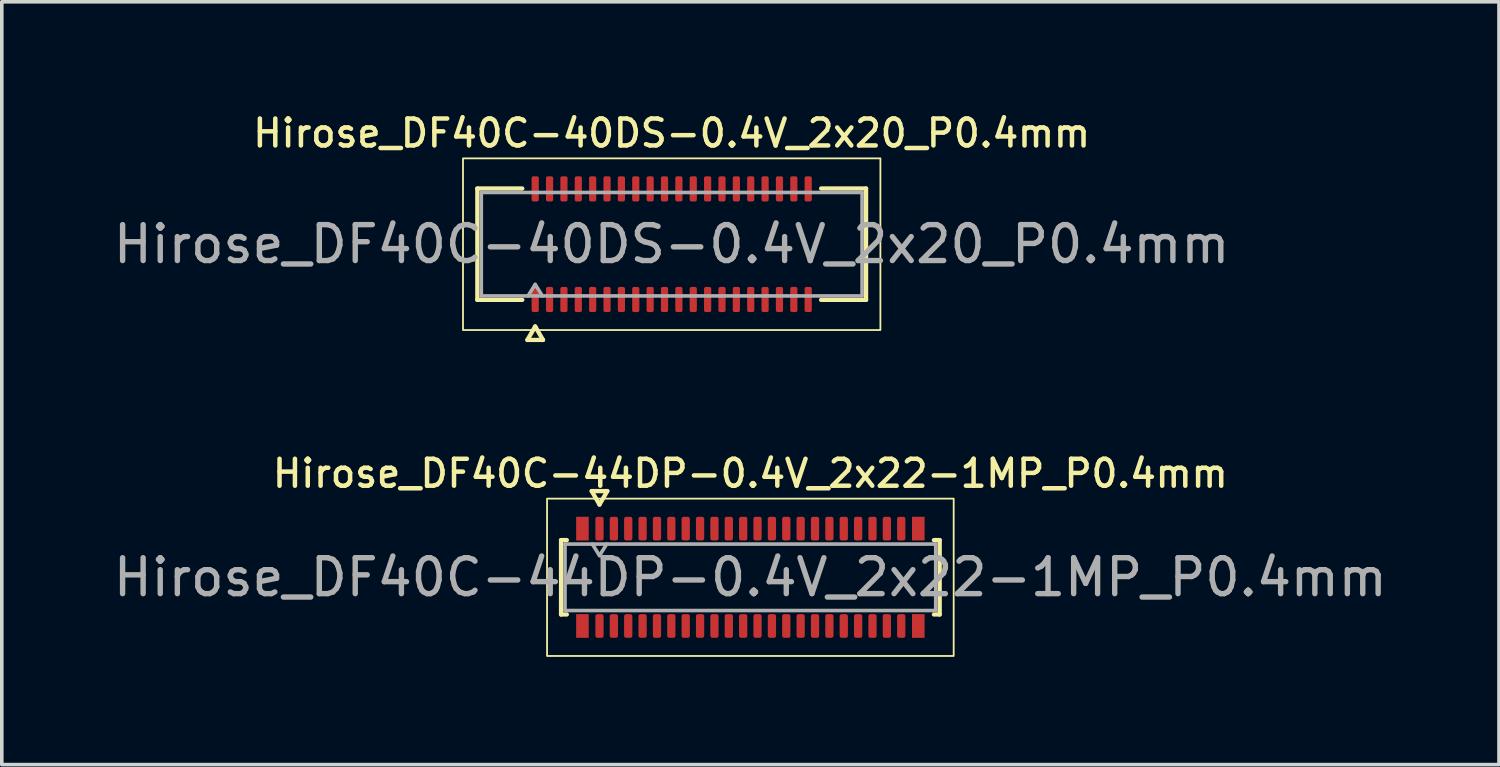
<source format=kicad_pcb>
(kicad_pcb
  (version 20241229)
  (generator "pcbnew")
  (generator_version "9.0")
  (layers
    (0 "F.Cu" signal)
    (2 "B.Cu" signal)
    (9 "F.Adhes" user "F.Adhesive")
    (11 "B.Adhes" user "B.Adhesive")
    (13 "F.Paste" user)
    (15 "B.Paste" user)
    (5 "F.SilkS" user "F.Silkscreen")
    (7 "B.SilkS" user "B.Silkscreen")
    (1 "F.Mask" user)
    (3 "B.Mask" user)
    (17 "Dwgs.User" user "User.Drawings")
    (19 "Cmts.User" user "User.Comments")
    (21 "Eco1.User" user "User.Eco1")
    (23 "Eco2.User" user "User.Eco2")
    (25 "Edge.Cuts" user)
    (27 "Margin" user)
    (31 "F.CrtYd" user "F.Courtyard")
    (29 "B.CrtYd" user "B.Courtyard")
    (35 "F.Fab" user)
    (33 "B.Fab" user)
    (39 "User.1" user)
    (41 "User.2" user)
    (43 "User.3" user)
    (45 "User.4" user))
  (footprint "Hirose_DF40C-40DS-0.4V_2x20_P0.4mm"
    (layer "F.Cu")
    (at 15.649 3.748)
    (property "Reference" "Hirose_DF40C-40DS-0.4V_2x20_P0.4mm" (at 0 -3.09 0) (layer "F.SilkS") (effects (font (size 0.75 0.75) (thickness 0.125))))
    (attr smd)
    (fp_line (start -5.41 -1.55) (end -4.16 -1.55) (stroke (width 0.12) (type solid)) (layer "F.SilkS"))
    (fp_line (start -5.41 1.55) (end -5.41 -1.55) (stroke (width 0.12) (type solid)) (layer "F.SilkS"))
    (fp_line (start -4.16 1.55) (end -5.41 1.55) (stroke (width 0.12) (type solid)) (layer "F.SilkS"))
    (fp_line (start -4.017 2.665) (end -3.8 2.29) (stroke (width 0.12) (type solid)) (layer "F.SilkS"))
    (fp_line (start -3.8 2.29) (end -3.583 2.665) (stroke (width 0.12) (type solid)) (layer "F.SilkS"))
    (fp_line (start -3.583 2.665) (end -4.017 2.665) (stroke (width 0.12) (type solid)) (layer "F.SilkS"))
    (fp_line (start 4.16 -1.55) (end 5.41 -1.55) (stroke (width 0.12) (type solid)) (layer "F.SilkS"))
    (fp_line (start 5.41 -1.55) (end 5.41 1.55) (stroke (width 0.12) (type solid)) (layer "F.SilkS"))
    (fp_line (start 5.41 1.55) (end 4.16 1.55) (stroke (width 0.12) (type solid)) (layer "F.SilkS"))
    (fp_rect (start -5.81 -2.39) (end 5.81 2.39) (stroke (width 0.05) (type solid)) (fill no) (layer "F.SilkS"))
    (fp_line (start -5.3 -1.44) (end 5.3 -1.44) (stroke (width 0.1) (type solid)) (layer "F.Fab"))
    (fp_line (start -5.3 1.44) (end -5.3 -1.44) (stroke (width 0.1) (type solid)) (layer "F.Fab"))
    (fp_line (start -4 1.44) (end -3.8 1.12) (stroke (width 0.1) (type solid)) (layer "F.Fab"))
    (fp_line (start -3.8 1.12) (end -3.6 1.44) (stroke (width 0.1) (type solid)) (layer "F.Fab"))
    (fp_line (start 5.3 -1.44) (end 5.3 1.44) (stroke (width 0.1) (type solid)) (layer "F.Fab"))
    (fp_line (start 5.3 1.44) (end -5.3 1.44) (stroke (width 0.1) (type solid)) (layer "F.Fab"))
    (fp_text user "${REFERENCE}" (at 0 0 0) (layer "F.Fab") (effects (font (size 1 1) (thickness 0.15))))
    (pad "1" smd roundrect (at -3.8 1.54) (size 0.2 0.7) (layers "F.Cu" "F.Mask" "F.Paste") (roundrect_rratio 0.25))
    (pad "2" smd roundrect (at -3.8 -1.54) (size 0.2 0.7) (layers "F.Cu" "F.Mask" "F.Paste") (roundrect_rratio 0.25))
    (pad "3" smd roundrect (at -3.4 1.54) (size 0.2 0.7) (layers "F.Cu" "F.Mask" "F.Paste") (roundrect_rratio 0.25))
    (pad "4" smd roundrect (at -3.4 -1.54) (size 0.2 0.7) (layers "F.Cu" "F.Mask" "F.Paste") (roundrect_rratio 0.25))
    (pad "5" smd roundrect (at -3 1.54) (size 0.2 0.7) (layers "F.Cu" "F.Mask" "F.Paste") (roundrect_rratio 0.25))
    (pad "6" smd roundrect (at -3 -1.54) (size 0.2 0.7) (layers "F.Cu" "F.Mask" "F.Paste") (roundrect_rratio 0.25))
    (pad "7" smd roundrect (at -2.6 1.54) (size 0.2 0.7) (layers "F.Cu" "F.Mask" "F.Paste") (roundrect_rratio 0.25))
    (pad "8" smd roundrect (at -2.6 -1.54) (size 0.2 0.7) (layers "F.Cu" "F.Mask" "F.Paste") (roundrect_rratio 0.25))
    (pad "9" smd roundrect (at -2.2 1.54) (size 0.2 0.7) (layers "F.Cu" "F.Mask" "F.Paste") (roundrect_rratio 0.25))
    (pad "10" smd roundrect (at -2.2 -1.54) (size 0.2 0.7) (layers "F.Cu" "F.Mask" "F.Paste") (roundrect_rratio 0.25))
    (pad "11" smd roundrect (at -1.8 1.54) (size 0.2 0.7) (layers "F.Cu" "F.Mask" "F.Paste") (roundrect_rratio 0.25))
    (pad "12" smd roundrect (at -1.8 -1.54) (size 0.2 0.7) (layers "F.Cu" "F.Mask" "F.Paste") (roundrect_rratio 0.25))
    (pad "13" smd roundrect (at -1.4 1.54) (size 0.2 0.7) (layers "F.Cu" "F.Mask" "F.Paste") (roundrect_rratio 0.25))
    (pad "14" smd roundrect (at -1.4 -1.54) (size 0.2 0.7) (layers "F.Cu" "F.Mask" "F.Paste") (roundrect_rratio 0.25))
    (pad "15" smd roundrect (at -1 1.54) (size 0.2 0.7) (layers "F.Cu" "F.Mask" "F.Paste") (roundrect_rratio 0.25))
    (pad "16" smd roundrect (at -1 -1.54) (size 0.2 0.7) (layers "F.Cu" "F.Mask" "F.Paste") (roundrect_rratio 0.25))
    (pad "17" smd roundrect (at -0.6 1.54) (size 0.2 0.7) (layers "F.Cu" "F.Mask" "F.Paste") (roundrect_rratio 0.25))
    (pad "18" smd roundrect (at -0.6 -1.54) (size 0.2 0.7) (layers "F.Cu" "F.Mask" "F.Paste") (roundrect_rratio 0.25))
    (pad "19" smd roundrect (at -0.2 1.54) (size 0.2 0.7) (layers "F.Cu" "F.Mask" "F.Paste") (roundrect_rratio 0.25))
    (pad "20" smd roundrect (at -0.2 -1.54) (size 0.2 0.7) (layers "F.Cu" "F.Mask" "F.Paste") (roundrect_rratio 0.25))
    (pad "21" smd roundrect (at 0.2 1.54) (size 0.2 0.7) (layers "F.Cu" "F.Mask" "F.Paste") (roundrect_rratio 0.25))
    (pad "22" smd roundrect (at 0.2 -1.54) (size 0.2 0.7) (layers "F.Cu" "F.Mask" "F.Paste") (roundrect_rratio 0.25))
    (pad "23" smd roundrect (at 0.6 1.54) (size 0.2 0.7) (layers "F.Cu" "F.Mask" "F.Paste") (roundrect_rratio 0.25))
    (pad "24" smd roundrect (at 0.6 -1.54) (size 0.2 0.7) (layers "F.Cu" "F.Mask" "F.Paste") (roundrect_rratio 0.25))
    (pad "25" smd roundrect (at 1 1.54) (size 0.2 0.7) (layers "F.Cu" "F.Mask" "F.Paste") (roundrect_rratio 0.25))
    (pad "26" smd roundrect (at 1 -1.54) (size 0.2 0.7) (layers "F.Cu" "F.Mask" "F.Paste") (roundrect_rratio 0.25))
    (pad "27" smd roundrect (at 1.4 1.54) (size 0.2 0.7) (layers "F.Cu" "F.Mask" "F.Paste") (roundrect_rratio 0.25))
    (pad "28" smd roundrect (at 1.4 -1.54) (size 0.2 0.7) (layers "F.Cu" "F.Mask" "F.Paste") (roundrect_rratio 0.25))
    (pad "29" smd roundrect (at 1.8 1.54) (size 0.2 0.7) (layers "F.Cu" "F.Mask" "F.Paste") (roundrect_rratio 0.25))
    (pad "30" smd roundrect (at 1.8 -1.54) (size 0.2 0.7) (layers "F.Cu" "F.Mask" "F.Paste") (roundrect_rratio 0.25))
    (pad "31" smd roundrect (at 2.2 1.54) (size 0.2 0.7) (layers "F.Cu" "F.Mask" "F.Paste") (roundrect_rratio 0.25))
    (pad "32" smd roundrect (at 2.2 -1.54) (size 0.2 0.7) (layers "F.Cu" "F.Mask" "F.Paste") (roundrect_rratio 0.25))
    (pad "33" smd roundrect (at 2.6 1.54) (size 0.2 0.7) (layers "F.Cu" "F.Mask" "F.Paste") (roundrect_rratio 0.25))
    (pad "34" smd roundrect (at 2.6 -1.54) (size 0.2 0.7) (layers "F.Cu" "F.Mask" "F.Paste") (roundrect_rratio 0.25))
    (pad "35" smd roundrect (at 3 1.54) (size 0.2 0.7) (layers "F.Cu" "F.Mask" "F.Paste") (roundrect_rratio 0.25))
    (pad "36" smd roundrect (at 3 -1.54) (size 0.2 0.7) (layers "F.Cu" "F.Mask" "F.Paste") (roundrect_rratio 0.25))
    (pad "37" smd roundrect (at 3.4 1.54) (size 0.2 0.7) (layers "F.Cu" "F.Mask" "F.Paste") (roundrect_rratio 0.25))
    (pad "38" smd roundrect (at 3.4 -1.54) (size 0.2 0.7) (layers "F.Cu" "F.Mask" "F.Paste") (roundrect_rratio 0.25))
    (pad "39" smd roundrect (at 3.8 1.54) (size 0.2 0.7) (layers "F.Cu" "F.Mask" "F.Paste") (roundrect_rratio 0.25))
    (pad "40" smd roundrect (at 3.8 -1.54) (size 0.2 0.7) (layers "F.Cu" "F.Mask" "F.Paste") (roundrect_rratio 0.25)))
  (footprint "Hirose_DF40C-44DP-0.4V_2x22-1MP_P0.4mm"
    (layer "F.Cu")
    (at 17.839 13.021)
    (property "Reference" "Hirose_DF40C-44DP-0.4V_2x22-1MP_P0.4mm" (at 0 -2.89 0) (layer "F.SilkS") (effects (font (size 0.75 0.75) (thickness 0.125))))
    (attr smd)
    (fp_line (start -5.27 -1.035) (end -5.11 -1.035) (stroke (width 0.12) (type solid)) (layer "F.SilkS"))
    (fp_line (start -5.27 1.035) (end -5.27 -1.035) (stroke (width 0.12) (type solid)) (layer "F.SilkS"))
    (fp_line (start -5.11 1.035) (end -5.27 1.035) (stroke (width 0.12) (type solid)) (layer "F.SilkS"))
    (fp_line (start -4.417 -2.4) (end -4.2 -2.025) (stroke (width 0.12) (type solid)) (layer "F.SilkS"))
    (fp_line (start -4.2 -2.025) (end -3.983 -2.4) (stroke (width 0.12) (type solid)) (layer "F.SilkS"))
    (fp_line (start -3.983 -2.4) (end -4.417 -2.4) (stroke (width 0.12) (type solid)) (layer "F.SilkS"))
    (fp_line (start 5.11 -1.035) (end 5.27 -1.035) (stroke (width 0.12) (type solid)) (layer "F.SilkS"))
    (fp_line (start 5.27 -1.035) (end 5.27 1.035) (stroke (width 0.12) (type solid)) (layer "F.SilkS"))
    (fp_line (start 5.27 1.035) (end 5.11 1.035) (stroke (width 0.12) (type solid)) (layer "F.SilkS"))
    (fp_rect (start -5.66 -2.19) (end 5.66 2.19) (stroke (width 0.05) (type solid)) (fill no) (layer "F.SilkS"))
    (fp_line (start -5.16 -0.925) (end 5.16 -0.925) (stroke (width 0.1) (type solid)) (layer "F.Fab"))
    (fp_line (start -5.16 0.925) (end -5.16 -0.925) (stroke (width 0.1) (type solid)) (layer "F.Fab"))
    (fp_line (start -4.4 -0.925) (end -4.2 -0.605) (stroke (width 0.1) (type solid)) (layer "F.Fab"))
    (fp_line (start -4.2 -0.605) (end -4 -0.925) (stroke (width 0.1) (type solid)) (layer "F.Fab"))
    (fp_line (start 5.16 -0.925) (end 5.16 0.925) (stroke (width 0.1) (type solid)) (layer "F.Fab"))
    (fp_line (start 5.16 0.925) (end -5.16 0.925) (stroke (width 0.1) (type solid)) (layer "F.Fab"))
    (fp_text user "${REFERENCE}" (at 0 0 0) (layer "F.Fab") (effects (font (size 1 1) (thickness 0.15))))
    (pad "1" smd roundrect (at -4.2 -1.355) (size 0.23 0.66) (layers "F.Cu" "F.Mask" "F.Paste") (roundrect_rratio 0.25))
    (pad "2" smd roundrect (at -4.2 1.355) (size 0.23 0.66) (layers "F.Cu" "F.Mask" "F.Paste") (roundrect_rratio 0.25))
    (pad "3" smd roundrect (at -3.8 -1.355) (size 0.23 0.66) (layers "F.Cu" "F.Mask" "F.Paste") (roundrect_rratio 0.25))
    (pad "4" smd roundrect (at -3.8 1.355) (size 0.23 0.66) (layers "F.Cu" "F.Mask" "F.Paste") (roundrect_rratio 0.25))
    (pad "5" smd roundrect (at -3.4 -1.355) (size 0.23 0.66) (layers "F.Cu" "F.Mask" "F.Paste") (roundrect_rratio 0.25))
    (pad "6" smd roundrect (at -3.4 1.355) (size 0.23 0.66) (layers "F.Cu" "F.Mask" "F.Paste") (roundrect_rratio 0.25))
    (pad "7" smd roundrect (at -3 -1.355) (size 0.23 0.66) (layers "F.Cu" "F.Mask" "F.Paste") (roundrect_rratio 0.25))
    (pad "8" smd roundrect (at -3 1.355) (size 0.23 0.66) (layers "F.Cu" "F.Mask" "F.Paste") (roundrect_rratio 0.25))
    (pad "9" smd roundrect (at -2.6 -1.355) (size 0.23 0.66) (layers "F.Cu" "F.Mask" "F.Paste") (roundrect_rratio 0.25))
    (pad "10" smd roundrect (at -2.6 1.355) (size 0.23 0.66) (layers "F.Cu" "F.Mask" "F.Paste") (roundrect_rratio 0.25))
    (pad "11" smd roundrect (at -2.2 -1.355) (size 0.23 0.66) (layers "F.Cu" "F.Mask" "F.Paste") (roundrect_rratio 0.25))
    (pad "12" smd roundrect (at -2.2 1.355) (size 0.23 0.66) (layers "F.Cu" "F.Mask" "F.Paste") (roundrect_rratio 0.25))
    (pad "13" smd roundrect (at -1.8 -1.355) (size 0.23 0.66) (layers "F.Cu" "F.Mask" "F.Paste") (roundrect_rratio 0.25))
    (pad "14" smd roundrect (at -1.8 1.355) (size 0.23 0.66) (layers "F.Cu" "F.Mask" "F.Paste") (roundrect_rratio 0.25))
    (pad "15" smd roundrect (at -1.4 -1.355) (size 0.23 0.66) (layers "F.Cu" "F.Mask" "F.Paste") (roundrect_rratio 0.25))
    (pad "16" smd roundrect (at -1.4 1.355) (size 0.23 0.66) (layers "F.Cu" "F.Mask" "F.Paste") (roundrect_rratio 0.25))
    (pad "17" smd roundrect (at -1 -1.355) (size 0.23 0.66) (layers "F.Cu" "F.Mask" "F.Paste") (roundrect_rratio 0.25))
    (pad "18" smd roundrect (at -1 1.355) (size 0.23 0.66) (layers "F.Cu" "F.Mask" "F.Paste") (roundrect_rratio 0.25))
    (pad "19" smd roundrect (at -0.6 -1.355) (size 0.23 0.66) (layers "F.Cu" "F.Mask" "F.Paste") (roundrect_rratio 0.25))
    (pad "20" smd roundrect (at -0.6 1.355) (size 0.23 0.66) (layers "F.Cu" "F.Mask" "F.Paste") (roundrect_rratio 0.25))
    (pad "21" smd roundrect (at -0.2 -1.355) (size 0.23 0.66) (layers "F.Cu" "F.Mask" "F.Paste") (roundrect_rratio 0.25))
    (pad "22" smd roundrect (at -0.2 1.355) (size 0.23 0.66) (layers "F.Cu" "F.Mask" "F.Paste") (roundrect_rratio 0.25))
    (pad "23" smd roundrect (at 0.2 -1.355) (size 0.23 0.66) (layers "F.Cu" "F.Mask" "F.Paste") (roundrect_rratio 0.25))
    (pad "24" smd roundrect (at 0.2 1.355) (size 0.23 0.66) (layers "F.Cu" "F.Mask" "F.Paste") (roundrect_rratio 0.25))
    (pad "25" smd roundrect (at 0.6 -1.355) (size 0.23 0.66) (layers "F.Cu" "F.Mask" "F.Paste") (roundrect_rratio 0.25))
    (pad "26" smd roundrect (at 0.6 1.355) (size 0.23 0.66) (layers "F.Cu" "F.Mask" "F.Paste") (roundrect_rratio 0.25))
    (pad "27" smd roundrect (at 1 -1.355) (size 0.23 0.66) (layers "F.Cu" "F.Mask" "F.Paste") (roundrect_rratio 0.25))
    (pad "28" smd roundrect (at 1 1.355) (size 0.23 0.66) (layers "F.Cu" "F.Mask" "F.Paste") (roundrect_rratio 0.25))
    (pad "29" smd roundrect (at 1.4 -1.355) (size 0.23 0.66) (layers "F.Cu" "F.Mask" "F.Paste") (roundrect_rratio 0.25))
    (pad "30" smd roundrect (at 1.4 1.355) (size 0.23 0.66) (layers "F.Cu" "F.Mask" "F.Paste") (roundrect_rratio 0.25))
    (pad "31" smd roundrect (at 1.8 -1.355) (size 0.23 0.66) (layers "F.Cu" "F.Mask" "F.Paste") (roundrect_rratio 0.25))
    (pad "32" smd roundrect (at 1.8 1.355) (size 0.23 0.66) (layers "F.Cu" "F.Mask" "F.Paste") (roundrect_rratio 0.25))
    (pad "33" smd roundrect (at 2.2 -1.355) (size 0.23 0.66) (layers "F.Cu" "F.Mask" "F.Paste") (roundrect_rratio 0.25))
    (pad "34" smd roundrect (at 2.2 1.355) (size 0.23 0.66) (layers "F.Cu" "F.Mask" "F.Paste") (roundrect_rratio 0.25))
    (pad "35" smd roundrect (at 2.6 -1.355) (size 0.23 0.66) (layers "F.Cu" "F.Mask" "F.Paste") (roundrect_rratio 0.25))
    (pad "36" smd roundrect (at 2.6 1.355) (size 0.23 0.66) (layers "F.Cu" "F.Mask" "F.Paste") (roundrect_rratio 0.25))
    (pad "37" smd roundrect (at 3 -1.355) (size 0.23 0.66) (layers "F.Cu" "F.Mask" "F.Paste") (roundrect_rratio 0.25))
    (pad "38" smd roundrect (at 3 1.355) (size 0.23 0.66) (layers "F.Cu" "F.Mask" "F.Paste") (roundrect_rratio 0.25))
    (pad "39" smd roundrect (at 3.4 -1.355) (size 0.23 0.66) (layers "F.Cu" "F.Mask" "F.Paste") (roundrect_rratio 0.25))
    (pad "40" smd roundrect (at 3.4 1.355) (size 0.23 0.66) (layers "F.Cu" "F.Mask" "F.Paste") (roundrect_rratio 0.25))
    (pad "41" smd roundrect (at 3.8 -1.355) (size 0.23 0.66) (layers "F.Cu" "F.Mask" "F.Paste") (roundrect_rratio 0.25))
    (pad "42" smd roundrect (at 3.8 1.355) (size 0.23 0.66) (layers "F.Cu" "F.Mask" "F.Paste") (roundrect_rratio 0.25))
    (pad "43" smd roundrect (at 4.2 -1.355) (size 0.23 0.66) (layers "F.Cu" "F.Mask" "F.Paste") (roundrect_rratio 0.25))
    (pad "44" smd roundrect (at 4.2 1.355) (size 0.23 0.66) (layers "F.Cu" "F.Mask" "F.Paste") (roundrect_rratio 0.25))
    (pad "MP" smd rect (at -4.675 -1.355) (size 0.35 0.66) (layers "F.Cu" "F.Mask" "F.Paste"))
    (pad "MP" smd rect (at -4.675 1.355) (size 0.35 0.66) (layers "F.Cu" "F.Mask" "F.Paste"))
    (pad "MP" smd rect (at 4.675 -1.355) (size 0.35 0.66) (layers "F.Cu" "F.Mask" "F.Paste"))
    (pad "MP" smd rect (at 4.675 1.355) (size 0.35 0.66) (layers "F.Cu" "F.Mask" "F.Paste")))
  (gr_rect
    (start -3 -3)
    (end 38.679 18.236)
    (stroke (width 0.1) (type default))
    (fill no)
    (layer "Edge.Cuts")))
</source>
